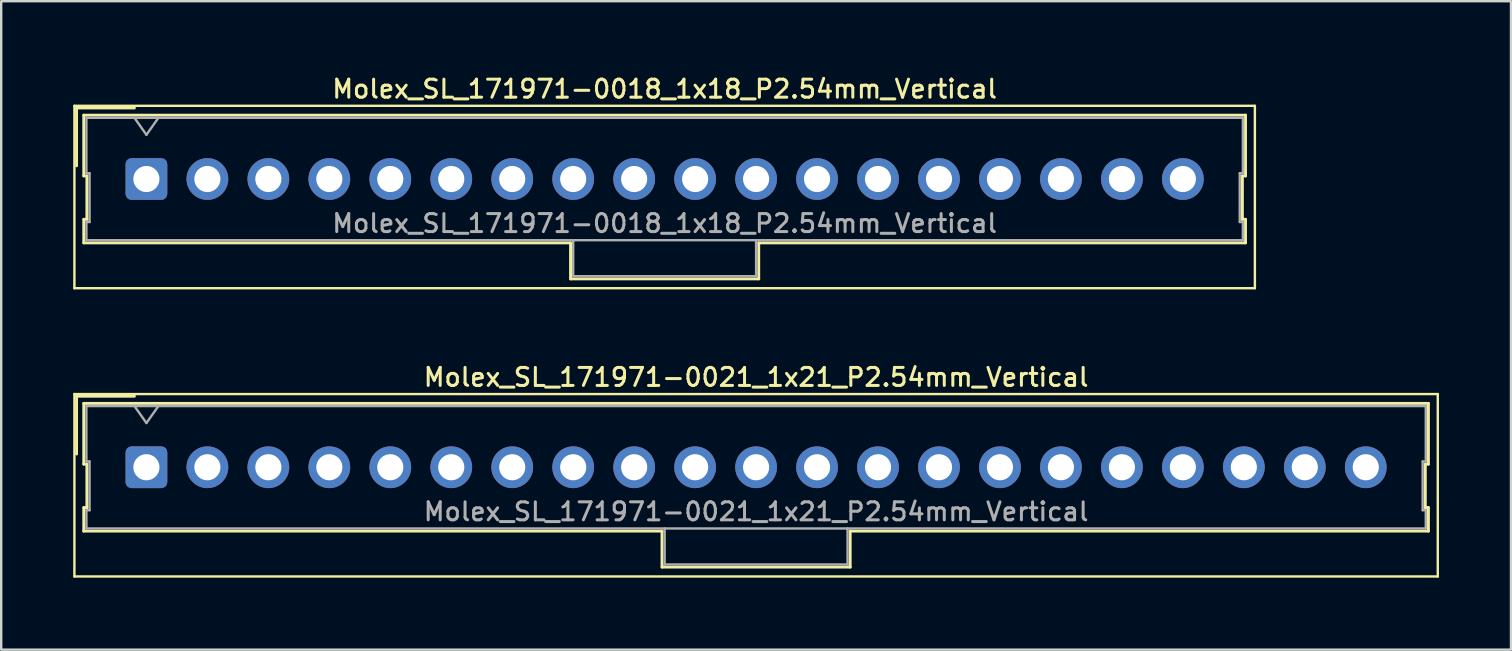
<source format=kicad_pcb>
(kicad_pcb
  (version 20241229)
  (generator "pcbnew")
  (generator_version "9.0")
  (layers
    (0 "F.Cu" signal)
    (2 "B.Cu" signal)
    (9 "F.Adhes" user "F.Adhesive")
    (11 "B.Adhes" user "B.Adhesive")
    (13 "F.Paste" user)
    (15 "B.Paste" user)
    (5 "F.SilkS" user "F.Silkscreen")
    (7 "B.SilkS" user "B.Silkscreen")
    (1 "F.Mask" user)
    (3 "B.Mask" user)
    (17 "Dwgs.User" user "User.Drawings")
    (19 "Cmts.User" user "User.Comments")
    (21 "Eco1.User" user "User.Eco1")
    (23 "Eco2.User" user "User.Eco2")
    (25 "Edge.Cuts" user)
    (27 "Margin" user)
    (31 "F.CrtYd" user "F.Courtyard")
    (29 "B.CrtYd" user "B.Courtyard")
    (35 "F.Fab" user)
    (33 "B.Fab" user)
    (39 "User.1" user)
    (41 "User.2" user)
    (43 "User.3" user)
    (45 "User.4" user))
  (footprint "Molex_SL_171971-0018_1x18_P2.54mm_Vertical"
    (layer "F.Cu")
    (at 3.05 4.408)
    (property "Reference" "Molex_SL_171971-0018_1x18_P2.54mm_Vertical" (at 21.59 -3.75 0) (layer "F.SilkS") (effects (font (size 0.75 0.75) (thickness 0.125))))
    (attr through_hole)
    (fp_line (start -3 -3.05) (end -3 4.55) (stroke (width 0.1) (type solid)) (layer "F.SilkS"))
    (fp_line (start -3 4.55) (end 46.18 4.55) (stroke (width 0.1) (type solid)) (layer "F.SilkS"))
    (fp_line (start -2.91 -2.96) (end -0.5 -2.96) (stroke (width 0.12) (type solid)) (layer "F.SilkS"))
    (fp_line (start -2.91 -0.55) (end -2.91 -2.96) (stroke (width 0.12) (type solid)) (layer "F.SilkS"))
    (fp_line (start -2.61 -2.66) (end -2.61 -0.13) (stroke (width 0.12) (type solid)) (layer "F.SilkS"))
    (fp_line (start -2.61 -0.13) (end -2.48 -0.13) (stroke (width 0.12) (type solid)) (layer "F.SilkS"))
    (fp_line (start -2.61 1.68) (end -2.61 2.66) (stroke (width 0.12) (type solid)) (layer "F.SilkS"))
    (fp_line (start -2.61 2.66) (end 17.67 2.66) (stroke (width 0.12) (type solid)) (layer "F.SilkS"))
    (fp_line (start -2.48 -0.13) (end -2.48 1.68) (stroke (width 0.12) (type solid)) (layer "F.SilkS"))
    (fp_line (start -2.48 1.68) (end -2.61 1.68) (stroke (width 0.12) (type solid)) (layer "F.SilkS"))
    (fp_line (start 17.67 2.66) (end 17.67 4.16) (stroke (width 0.12) (type solid)) (layer "F.SilkS"))
    (fp_line (start 17.67 4.16) (end 25.51 4.16) (stroke (width 0.12) (type solid)) (layer "F.SilkS"))
    (fp_line (start 25.51 2.66) (end 45.79 2.66) (stroke (width 0.12) (type solid)) (layer "F.SilkS"))
    (fp_line (start 25.51 4.16) (end 25.51 2.66) (stroke (width 0.12) (type solid)) (layer "F.SilkS"))
    (fp_line (start 45.66 -0.13) (end 45.79 -0.13) (stroke (width 0.12) (type solid)) (layer "F.SilkS"))
    (fp_line (start 45.66 1.68) (end 45.66 -0.13) (stroke (width 0.12) (type solid)) (layer "F.SilkS"))
    (fp_line (start 45.79 -2.66) (end -2.61 -2.66) (stroke (width 0.12) (type solid)) (layer "F.SilkS"))
    (fp_line (start 45.79 -0.13) (end 45.79 -2.66) (stroke (width 0.12) (type solid)) (layer "F.SilkS"))
    (fp_line (start 45.79 1.68) (end 45.66 1.68) (stroke (width 0.12) (type solid)) (layer "F.SilkS"))
    (fp_line (start 45.79 2.66) (end 45.79 1.68) (stroke (width 0.12) (type solid)) (layer "F.SilkS"))
    (fp_line (start 46.18 -3.05) (end -3 -3.05) (stroke (width 0.1) (type solid)) (layer "F.SilkS"))
    (fp_line (start 46.18 4.55) (end 46.18 -3.05) (stroke (width 0.1) (type solid)) (layer "F.SilkS"))
    (fp_line (start -2.5 -2.55) (end -2.5 -0.24) (stroke (width 0.1) (type solid)) (layer "F.Fab"))
    (fp_line (start -2.5 -0.24) (end -2.37 -0.24) (stroke (width 0.1) (type solid)) (layer "F.Fab"))
    (fp_line (start -2.5 1.79) (end -2.5 2.55) (stroke (width 0.1) (type solid)) (layer "F.Fab"))
    (fp_line (start -2.5 2.55) (end 45.68 2.55) (stroke (width 0.1) (type solid)) (layer "F.Fab"))
    (fp_line (start -2.37 -0.24) (end -2.37 1.79) (stroke (width 0.1) (type solid)) (layer "F.Fab"))
    (fp_line (start -2.37 1.79) (end -2.5 1.79) (stroke (width 0.1) (type solid)) (layer "F.Fab"))
    (fp_line (start 0 -1.843) (end -0.5 -2.55) (stroke (width 0.1) (type solid)) (layer "F.Fab"))
    (fp_line (start 0.5 -2.55) (end 0 -1.843) (stroke (width 0.1) (type solid)) (layer "F.Fab"))
    (fp_line (start 17.78 2.55) (end 17.78 4.05) (stroke (width 0.1) (type solid)) (layer "F.Fab"))
    (fp_line (start 17.78 4.05) (end 25.4 4.05) (stroke (width 0.1) (type solid)) (layer "F.Fab"))
    (fp_line (start 25.4 4.05) (end 25.4 2.55) (stroke (width 0.1) (type solid)) (layer "F.Fab"))
    (fp_line (start 45.55 -0.24) (end 45.68 -0.24) (stroke (width 0.1) (type solid)) (layer "F.Fab"))
    (fp_line (start 45.55 1.79) (end 45.55 -0.24) (stroke (width 0.1) (type solid)) (layer "F.Fab"))
    (fp_line (start 45.68 -2.55) (end -2.5 -2.55) (stroke (width 0.1) (type solid)) (layer "F.Fab"))
    (fp_line (start 45.68 -0.24) (end 45.68 -2.55) (stroke (width 0.1) (type solid)) (layer "F.Fab"))
    (fp_line (start 45.68 1.79) (end 45.55 1.79) (stroke (width 0.1) (type solid)) (layer "F.Fab"))
    (fp_line (start 45.68 2.55) (end 45.68 1.79) (stroke (width 0.1) (type solid)) (layer "F.Fab"))
    (fp_text user "${REFERENCE}" (at 21.59 1.85 0) (layer "F.Fab") (effects (font (size 0.75 0.75) (thickness 0.125))))
    (pad "1" thru_hole roundrect (at 0 0) (size 1.74 1.74) (drill 1.09) (layers "*.Cu" "*.Mask") (roundrect_rratio 0.144))
    (pad "2" thru_hole circle (at 2.54 0) (size 1.74 1.74) (drill 1.09) (layers "*.Cu" "*.Mask"))
    (pad "3" thru_hole circle (at 5.08 0) (size 1.74 1.74) (drill 1.09) (layers "*.Cu" "*.Mask"))
    (pad "4" thru_hole circle (at 7.62 0) (size 1.74 1.74) (drill 1.09) (layers "*.Cu" "*.Mask"))
    (pad "5" thru_hole circle (at 10.16 0) (size 1.74 1.74) (drill 1.09) (layers "*.Cu" "*.Mask"))
    (pad "6" thru_hole circle (at 12.7 0) (size 1.74 1.74) (drill 1.09) (layers "*.Cu" "*.Mask"))
    (pad "7" thru_hole circle (at 15.24 0) (size 1.74 1.74) (drill 1.09) (layers "*.Cu" "*.Mask"))
    (pad "8" thru_hole circle (at 17.78 0) (size 1.74 1.74) (drill 1.09) (layers "*.Cu" "*.Mask"))
    (pad "9" thru_hole circle (at 20.32 0) (size 1.74 1.74) (drill 1.09) (layers "*.Cu" "*.Mask"))
    (pad "10" thru_hole circle (at 22.86 0) (size 1.74 1.74) (drill 1.09) (layers "*.Cu" "*.Mask"))
    (pad "11" thru_hole circle (at 25.4 0) (size 1.74 1.74) (drill 1.09) (layers "*.Cu" "*.Mask"))
    (pad "12" thru_hole circle (at 27.94 0) (size 1.74 1.74) (drill 1.09) (layers "*.Cu" "*.Mask"))
    (pad "13" thru_hole circle (at 30.48 0) (size 1.74 1.74) (drill 1.09) (layers "*.Cu" "*.Mask"))
    (pad "14" thru_hole circle (at 33.02 0) (size 1.74 1.74) (drill 1.09) (layers "*.Cu" "*.Mask"))
    (pad "15" thru_hole circle (at 35.56 0) (size 1.74 1.74) (drill 1.09) (layers "*.Cu" "*.Mask"))
    (pad "16" thru_hole circle (at 38.1 0) (size 1.74 1.74) (drill 1.09) (layers "*.Cu" "*.Mask"))
    (pad "17" thru_hole circle (at 40.64 0) (size 1.74 1.74) (drill 1.09) (layers "*.Cu" "*.Mask"))
    (pad "18" thru_hole circle (at 43.18 0) (size 1.74 1.74) (drill 1.09) (layers "*.Cu" "*.Mask")))
  (footprint "Molex_SL_171971-0021_1x21_P2.54mm_Vertical"
    (layer "F.Cu")
    (at 3.05 16.416)
    (property "Reference" "Molex_SL_171971-0021_1x21_P2.54mm_Vertical" (at 25.4 -3.75 0) (layer "F.SilkS") (effects (font (size 0.75 0.75) (thickness 0.125))))
    (attr through_hole)
    (fp_line (start -3 -3.05) (end -3 4.55) (stroke (width 0.1) (type solid)) (layer "F.SilkS"))
    (fp_line (start -3 4.55) (end 53.8 4.55) (stroke (width 0.1) (type solid)) (layer "F.SilkS"))
    (fp_line (start -2.91 -2.96) (end -0.5 -2.96) (stroke (width 0.12) (type solid)) (layer "F.SilkS"))
    (fp_line (start -2.91 -0.55) (end -2.91 -2.96) (stroke (width 0.12) (type solid)) (layer "F.SilkS"))
    (fp_line (start -2.61 -2.66) (end -2.61 -0.13) (stroke (width 0.12) (type solid)) (layer "F.SilkS"))
    (fp_line (start -2.61 -0.13) (end -2.48 -0.13) (stroke (width 0.12) (type solid)) (layer "F.SilkS"))
    (fp_line (start -2.61 1.68) (end -2.61 2.66) (stroke (width 0.12) (type solid)) (layer "F.SilkS"))
    (fp_line (start -2.61 2.66) (end 21.48 2.66) (stroke (width 0.12) (type solid)) (layer "F.SilkS"))
    (fp_line (start -2.48 -0.13) (end -2.48 1.68) (stroke (width 0.12) (type solid)) (layer "F.SilkS"))
    (fp_line (start -2.48 1.68) (end -2.61 1.68) (stroke (width 0.12) (type solid)) (layer "F.SilkS"))
    (fp_line (start 21.48 2.66) (end 21.48 4.16) (stroke (width 0.12) (type solid)) (layer "F.SilkS"))
    (fp_line (start 21.48 4.16) (end 29.32 4.16) (stroke (width 0.12) (type solid)) (layer "F.SilkS"))
    (fp_line (start 29.32 2.66) (end 53.41 2.66) (stroke (width 0.12) (type solid)) (layer "F.SilkS"))
    (fp_line (start 29.32 4.16) (end 29.32 2.66) (stroke (width 0.12) (type solid)) (layer "F.SilkS"))
    (fp_line (start 53.28 -0.13) (end 53.41 -0.13) (stroke (width 0.12) (type solid)) (layer "F.SilkS"))
    (fp_line (start 53.28 1.68) (end 53.28 -0.13) (stroke (width 0.12) (type solid)) (layer "F.SilkS"))
    (fp_line (start 53.41 -2.66) (end -2.61 -2.66) (stroke (width 0.12) (type solid)) (layer "F.SilkS"))
    (fp_line (start 53.41 -0.13) (end 53.41 -2.66) (stroke (width 0.12) (type solid)) (layer "F.SilkS"))
    (fp_line (start 53.41 1.68) (end 53.28 1.68) (stroke (width 0.12) (type solid)) (layer "F.SilkS"))
    (fp_line (start 53.41 2.66) (end 53.41 1.68) (stroke (width 0.12) (type solid)) (layer "F.SilkS"))
    (fp_line (start 53.8 -3.05) (end -3 -3.05) (stroke (width 0.1) (type solid)) (layer "F.SilkS"))
    (fp_line (start 53.8 4.55) (end 53.8 -3.05) (stroke (width 0.1) (type solid)) (layer "F.SilkS"))
    (fp_line (start -2.5 -2.55) (end -2.5 -0.24) (stroke (width 0.1) (type solid)) (layer "F.Fab"))
    (fp_line (start -2.5 -0.24) (end -2.37 -0.24) (stroke (width 0.1) (type solid)) (layer "F.Fab"))
    (fp_line (start -2.5 1.79) (end -2.5 2.55) (stroke (width 0.1) (type solid)) (layer "F.Fab"))
    (fp_line (start -2.5 2.55) (end 53.3 2.55) (stroke (width 0.1) (type solid)) (layer "F.Fab"))
    (fp_line (start -2.37 -0.24) (end -2.37 1.79) (stroke (width 0.1) (type solid)) (layer "F.Fab"))
    (fp_line (start -2.37 1.79) (end -2.5 1.79) (stroke (width 0.1) (type solid)) (layer "F.Fab"))
    (fp_line (start 0 -1.843) (end -0.5 -2.55) (stroke (width 0.1) (type solid)) (layer "F.Fab"))
    (fp_line (start 0.5 -2.55) (end 0 -1.843) (stroke (width 0.1) (type solid)) (layer "F.Fab"))
    (fp_line (start 21.59 2.55) (end 21.59 4.05) (stroke (width 0.1) (type solid)) (layer "F.Fab"))
    (fp_line (start 21.59 4.05) (end 29.21 4.05) (stroke (width 0.1) (type solid)) (layer "F.Fab"))
    (fp_line (start 29.21 4.05) (end 29.21 2.55) (stroke (width 0.1) (type solid)) (layer "F.Fab"))
    (fp_line (start 53.17 -0.24) (end 53.3 -0.24) (stroke (width 0.1) (type solid)) (layer "F.Fab"))
    (fp_line (start 53.17 1.79) (end 53.17 -0.24) (stroke (width 0.1) (type solid)) (layer "F.Fab"))
    (fp_line (start 53.3 -2.55) (end -2.5 -2.55) (stroke (width 0.1) (type solid)) (layer "F.Fab"))
    (fp_line (start 53.3 -0.24) (end 53.3 -2.55) (stroke (width 0.1) (type solid)) (layer "F.Fab"))
    (fp_line (start 53.3 1.79) (end 53.17 1.79) (stroke (width 0.1) (type solid)) (layer "F.Fab"))
    (fp_line (start 53.3 2.55) (end 53.3 1.79) (stroke (width 0.1) (type solid)) (layer "F.Fab"))
    (fp_text user "${REFERENCE}" (at 25.4 1.85 0) (layer "F.Fab") (effects (font (size 0.75 0.75) (thickness 0.125))))
    (pad "1" thru_hole roundrect (at 0 0) (size 1.74 1.74) (drill 1.09) (layers "*.Cu" "*.Mask") (roundrect_rratio 0.144))
    (pad "2" thru_hole circle (at 2.54 0) (size 1.74 1.74) (drill 1.09) (layers "*.Cu" "*.Mask"))
    (pad "3" thru_hole circle (at 5.08 0) (size 1.74 1.74) (drill 1.09) (layers "*.Cu" "*.Mask"))
    (pad "4" thru_hole circle (at 7.62 0) (size 1.74 1.74) (drill 1.09) (layers "*.Cu" "*.Mask"))
    (pad "5" thru_hole circle (at 10.16 0) (size 1.74 1.74) (drill 1.09) (layers "*.Cu" "*.Mask"))
    (pad "6" thru_hole circle (at 12.7 0) (size 1.74 1.74) (drill 1.09) (layers "*.Cu" "*.Mask"))
    (pad "7" thru_hole circle (at 15.24 0) (size 1.74 1.74) (drill 1.09) (layers "*.Cu" "*.Mask"))
    (pad "8" thru_hole circle (at 17.78 0) (size 1.74 1.74) (drill 1.09) (layers "*.Cu" "*.Mask"))
    (pad "9" thru_hole circle (at 20.32 0) (size 1.74 1.74) (drill 1.09) (layers "*.Cu" "*.Mask"))
    (pad "10" thru_hole circle (at 22.86 0) (size 1.74 1.74) (drill 1.09) (layers "*.Cu" "*.Mask"))
    (pad "11" thru_hole circle (at 25.4 0) (size 1.74 1.74) (drill 1.09) (layers "*.Cu" "*.Mask"))
    (pad "12" thru_hole circle (at 27.94 0) (size 1.74 1.74) (drill 1.09) (layers "*.Cu" "*.Mask"))
    (pad "13" thru_hole circle (at 30.48 0) (size 1.74 1.74) (drill 1.09) (layers "*.Cu" "*.Mask"))
    (pad "14" thru_hole circle (at 33.02 0) (size 1.74 1.74) (drill 1.09) (layers "*.Cu" "*.Mask"))
    (pad "15" thru_hole circle (at 35.56 0) (size 1.74 1.74) (drill 1.09) (layers "*.Cu" "*.Mask"))
    (pad "16" thru_hole circle (at 38.1 0) (size 1.74 1.74) (drill 1.09) (layers "*.Cu" "*.Mask"))
    (pad "17" thru_hole circle (at 40.64 0) (size 1.74 1.74) (drill 1.09) (layers "*.Cu" "*.Mask"))
    (pad "18" thru_hole circle (at 43.18 0) (size 1.74 1.74) (drill 1.09) (layers "*.Cu" "*.Mask"))
    (pad "19" thru_hole circle (at 45.72 0) (size 1.74 1.74) (drill 1.09) (layers "*.Cu" "*.Mask"))
    (pad "20" thru_hole circle (at 48.26 0) (size 1.74 1.74) (drill 1.09) (layers "*.Cu" "*.Mask"))
    (pad "21" thru_hole circle (at 50.8 0) (size 1.74 1.74) (drill 1.09) (layers "*.Cu" "*.Mask")))
  (gr_rect
    (start -3 -3)
    (end 59.9 24.016)
    (stroke (width 0.1) (type default))
    (fill no)
    (layer "Edge.Cuts")))
</source>
